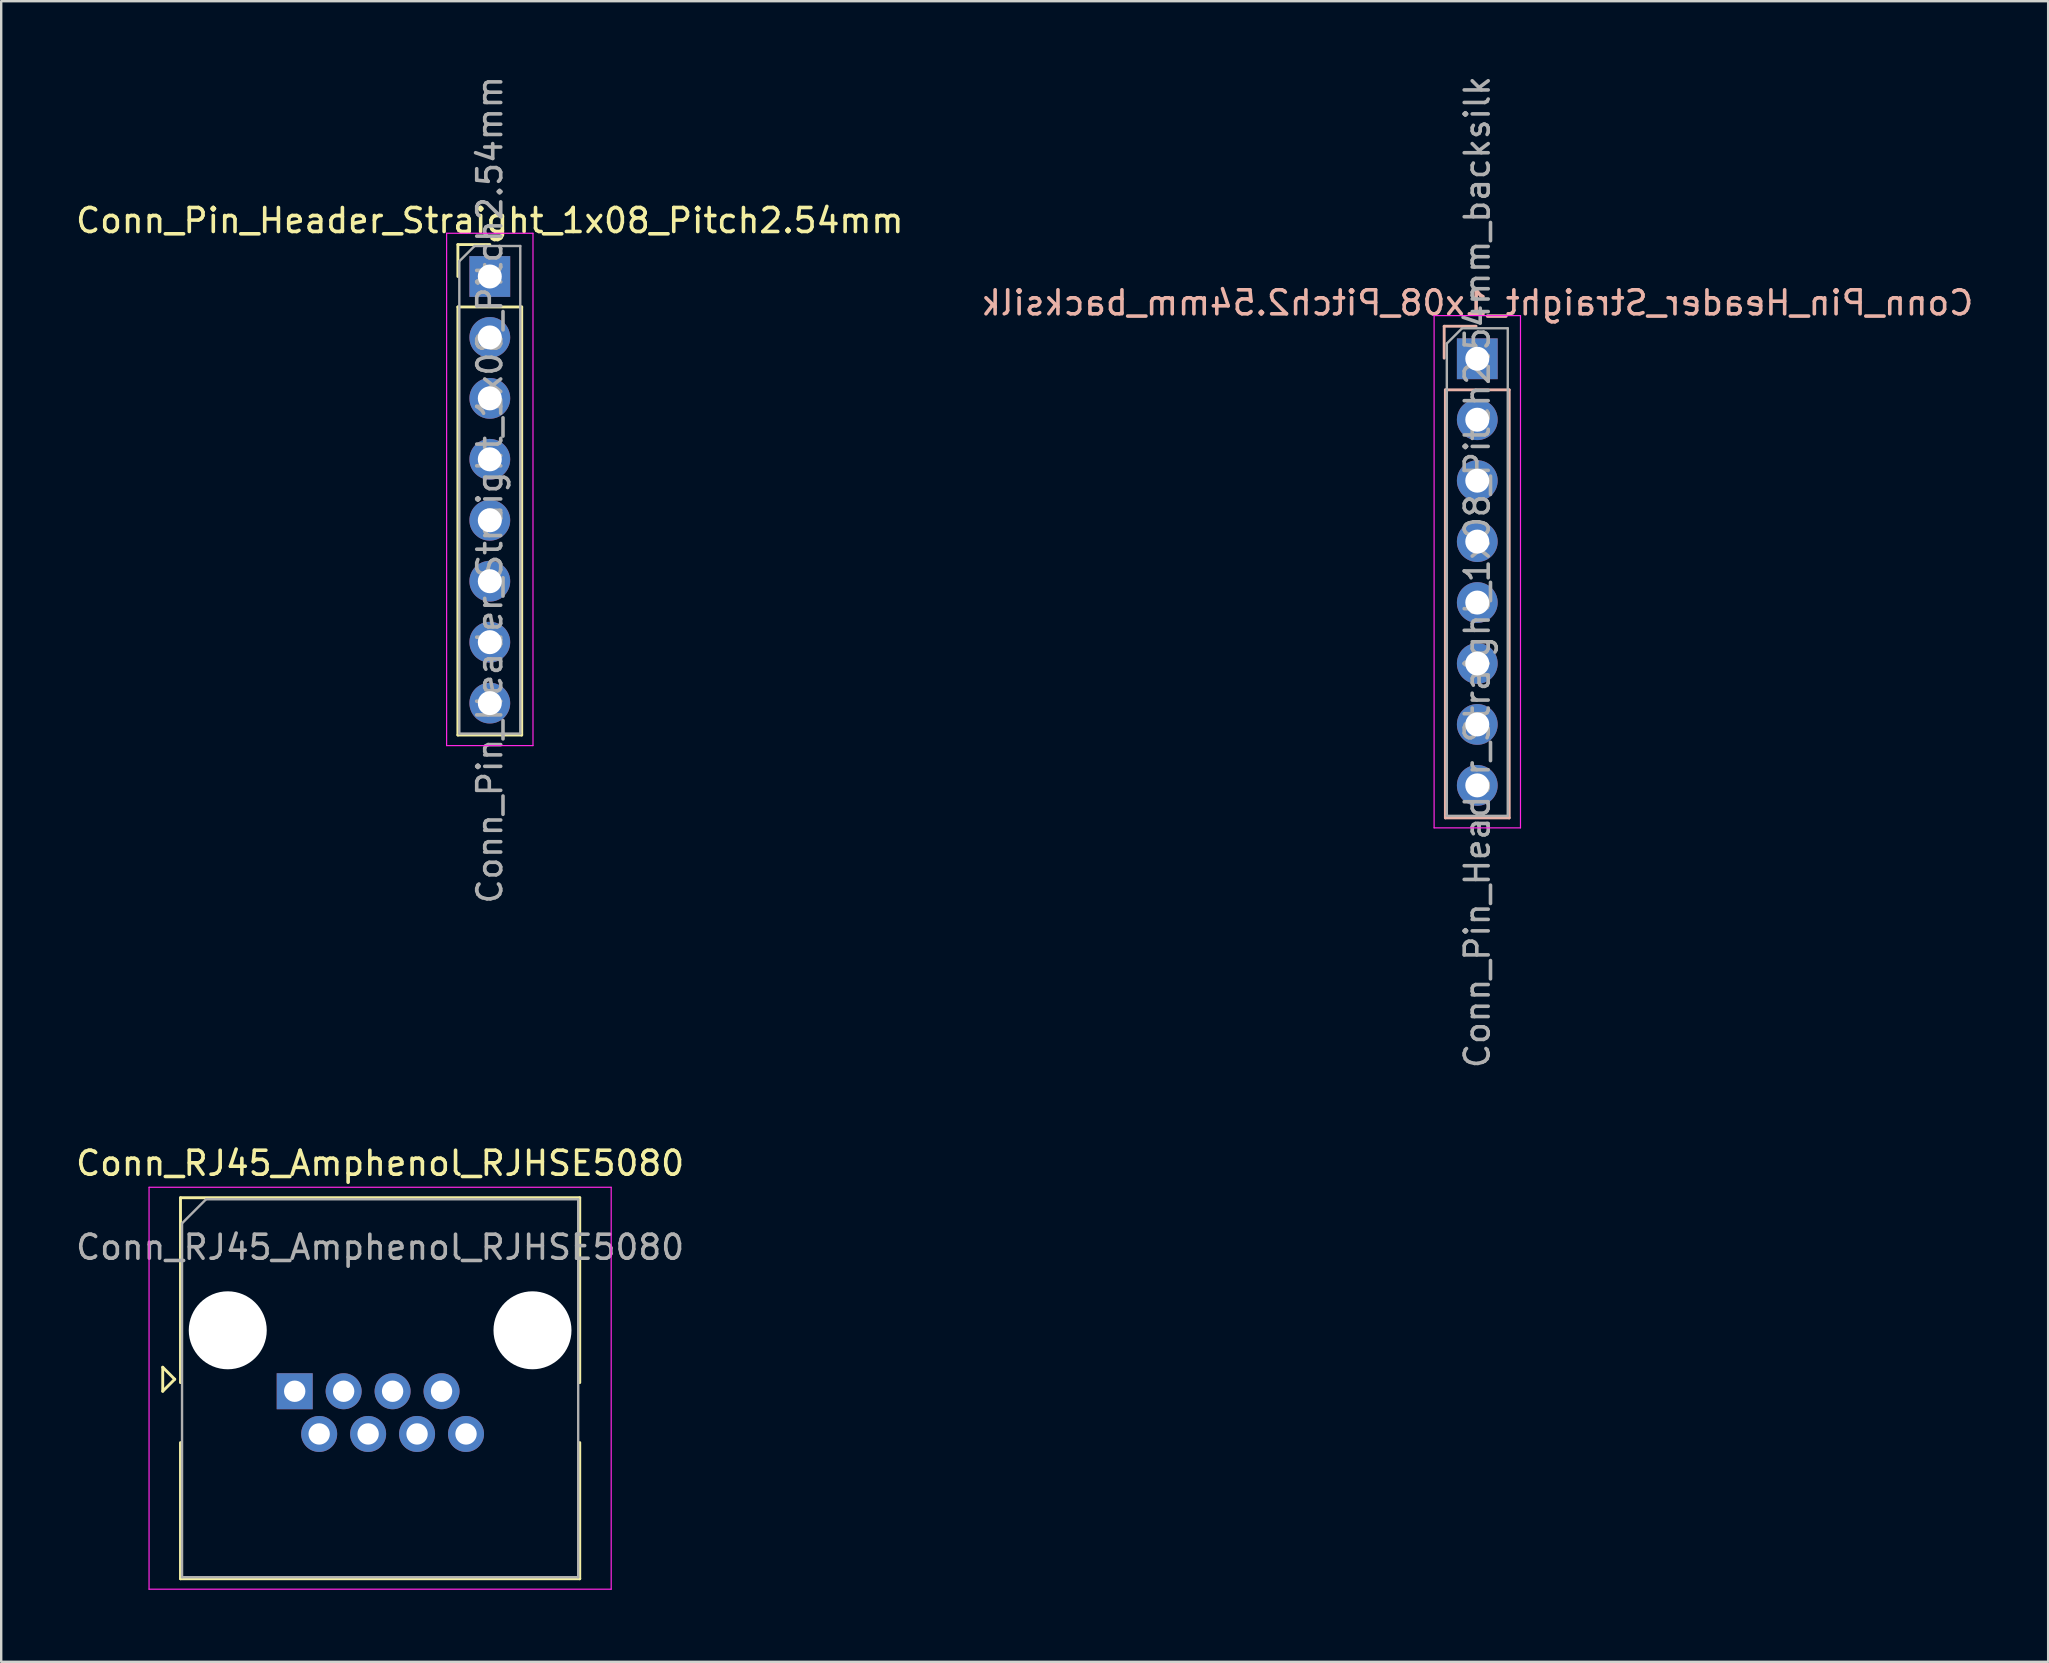
<source format=kicad_pcb>
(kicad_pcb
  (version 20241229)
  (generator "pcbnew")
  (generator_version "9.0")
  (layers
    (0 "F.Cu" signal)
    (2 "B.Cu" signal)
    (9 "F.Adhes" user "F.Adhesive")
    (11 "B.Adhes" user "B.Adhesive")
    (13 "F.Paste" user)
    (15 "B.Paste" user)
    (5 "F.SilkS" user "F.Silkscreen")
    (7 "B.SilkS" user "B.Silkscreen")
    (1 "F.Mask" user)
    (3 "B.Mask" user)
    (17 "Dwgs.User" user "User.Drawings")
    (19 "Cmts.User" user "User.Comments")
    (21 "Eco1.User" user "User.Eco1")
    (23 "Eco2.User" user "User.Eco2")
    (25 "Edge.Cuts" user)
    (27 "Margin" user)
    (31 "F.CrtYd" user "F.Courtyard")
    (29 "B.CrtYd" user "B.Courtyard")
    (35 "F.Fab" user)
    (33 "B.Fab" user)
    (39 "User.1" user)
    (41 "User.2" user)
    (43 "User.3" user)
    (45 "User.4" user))
  (footprint "Conn_Pin_Header_Straight_1x08_Pitch2.54mm_backsilk"
    (layer "F.Cu")
    (at 58.518 11.902)
    (property "Reference" "Conn_Pin_Header_Straight_1x08_Pitch2.54mm_backsilk" (at 0 -2.33 0) (layer "B.SilkS") (effects (font (size 1 1) (thickness 0.15)) (justify mirror)))
    (attr through_hole)
    (fp_line (start -1.38 -1.355) (end -1.38 -0.025) (stroke (width 0.12) (type solid)) (layer "B.SilkS"))
    (fp_line (start -1.33 1.295) (end -1.33 19.135) (stroke (width 0.12) (type solid)) (layer "B.SilkS"))
    (fp_line (start -0.05 -1.355) (end -1.38 -1.355) (stroke (width 0.12) (type solid)) (layer "B.SilkS"))
    (fp_line (start 1.33 1.295) (end -1.33 1.295) (stroke (width 0.12) (type solid)) (layer "B.SilkS"))
    (fp_line (start 1.33 1.295) (end 1.33 19.135) (stroke (width 0.12) (type solid)) (layer "B.SilkS"))
    (fp_line (start 1.33 19.135) (end -1.33 19.135) (stroke (width 0.12) (type solid)) (layer "B.SilkS"))
    (fp_line (start -1.8 -1.8) (end -1.8 19.55) (stroke (width 0.05) (type solid)) (layer "F.CrtYd"))
    (fp_line (start -1.8 19.55) (end 1.8 19.55) (stroke (width 0.05) (type solid)) (layer "F.CrtYd"))
    (fp_line (start 1.8 -1.8) (end -1.8 -1.8) (stroke (width 0.05) (type solid)) (layer "F.CrtYd"))
    (fp_line (start 1.8 19.55) (end 1.8 -1.8) (stroke (width 0.05) (type solid)) (layer "F.CrtYd"))
    (fp_line (start -1.27 -0.635) (end -0.635 -1.27) (stroke (width 0.1) (type solid)) (layer "F.Fab"))
    (fp_line (start -1.27 19.05) (end -1.27 -0.635) (stroke (width 0.1) (type solid)) (layer "F.Fab"))
    (fp_line (start -0.635 -1.27) (end 1.27 -1.27) (stroke (width 0.1) (type solid)) (layer "F.Fab"))
    (fp_line (start 1.27 -1.27) (end 1.27 19.05) (stroke (width 0.1) (type solid)) (layer "F.Fab"))
    (fp_line (start 1.27 19.05) (end -1.27 19.05) (stroke (width 0.1) (type solid)) (layer "F.Fab"))
    (fp_text user "${REFERENCE}" (at 0 8.89 90) (layer "F.Fab") (effects (font (size 1 1) (thickness 0.15))))
    (pad "1" thru_hole rect (at 0 0) (size 1.7 1.7) (drill 1) (layers "*.Cu" "*.Mask"))
    (pad "2" thru_hole oval (at 0 2.54) (size 1.7 1.7) (drill 1) (layers "*.Cu" "*.Mask"))
    (pad "3" thru_hole oval (at 0 5.08) (size 1.7 1.7) (drill 1) (layers "*.Cu" "*.Mask"))
    (pad "4" thru_hole oval (at 0 7.62) (size 1.7 1.7) (drill 1) (layers "*.Cu" "*.Mask"))
    (pad "5" thru_hole oval (at 0 10.16) (size 1.7 1.7) (drill 1) (layers "*.Cu" "*.Mask"))
    (pad "6" thru_hole oval (at 0 12.7) (size 1.7 1.7) (drill 1) (layers "*.Cu" "*.Mask"))
    (pad "7" thru_hole oval (at 0 15.24) (size 1.7 1.7) (drill 1) (layers "*.Cu" "*.Mask"))
    (pad "8" thru_hole oval (at 0 17.78) (size 1.7 1.7) (drill 1) (layers "*.Cu" "*.Mask")))
  (footprint "Conn_RJ45_Amphenol_RJHSE5080"
    (layer "F.Cu")
    (at 9.232 54.932)
    (property "Reference" "Conn_RJ45_Amphenol_RJHSE5080" (at 3.56 -9.5 0) (layer "F.SilkS") (effects (font (size 1 1) (thickness 0.15))))
    (attr through_hole)
    (fp_line (start -5.5 -1) (end -5 -0.5) (stroke (width 0.12) (type solid)) (layer "F.SilkS"))
    (fp_line (start -5.5 0) (end -5.5 -1) (stroke (width 0.12) (type solid)) (layer "F.SilkS"))
    (fp_line (start -5 -0.5) (end -5.5 0) (stroke (width 0.12) (type solid)) (layer "F.SilkS"))
    (fp_line (start -4.76 -8.065) (end -4.76 -0.36) (stroke (width 0.12) (type solid)) (layer "F.SilkS"))
    (fp_line (start -4.76 -8.065) (end 11.88 -8.065) (stroke (width 0.12) (type solid)) (layer "F.SilkS"))
    (fp_line (start -4.76 7.815) (end -4.76 2.14) (stroke (width 0.12) (type solid)) (layer "F.SilkS"))
    (fp_line (start -4.76 7.815) (end 11.88 7.815) (stroke (width 0.12) (type solid)) (layer "F.SilkS"))
    (fp_line (start 11.88 -8.065) (end 11.88 -0.36) (stroke (width 0.12) (type solid)) (layer "F.SilkS"))
    (fp_line (start 11.88 7.815) (end 11.88 2.14) (stroke (width 0.12) (type solid)) (layer "F.SilkS"))
    (fp_line (start -6.07 -8.5) (end -6.07 8.25) (stroke (width 0.05) (type solid)) (layer "F.CrtYd"))
    (fp_line (start -6.07 -8.5) (end 13.19 -8.5) (stroke (width 0.05) (type solid)) (layer "F.CrtYd"))
    (fp_line (start -6.07 8.25) (end 13.19 8.25) (stroke (width 0.05) (type solid)) (layer "F.CrtYd"))
    (fp_line (start 13.19 -8.5) (end 13.19 8.25) (stroke (width 0.05) (type solid)) (layer "F.CrtYd"))
    (fp_line (start -4.695 -7) (end -4.695 7.75) (stroke (width 0.1) (type solid)) (layer "F.Fab"))
    (fp_line (start -4.695 -7) (end -3.695 -8) (stroke (width 0.1) (type solid)) (layer "F.Fab"))
    (fp_line (start -4.695 7.75) (end 11.815 7.75) (stroke (width 0.1) (type solid)) (layer "F.Fab"))
    (fp_line (start -3.695 -8) (end 11.815 -8) (stroke (width 0.1) (type solid)) (layer "F.Fab"))
    (fp_line (start 11.815 -8) (end 11.815 7.75) (stroke (width 0.1) (type solid)) (layer "F.Fab"))
    (fp_text user "${REFERENCE}" (at 3.56 -6 0) (layer "F.Fab") (effects (font (size 1 1) (thickness 0.15))))
    (pad "" np_thru_hole circle (at -2.79 -2.54) (size 3.25 3.25) (drill 3.25) (layers "*.Cu" "*.Mask"))
    (pad "" np_thru_hole circle (at 9.91 -2.54) (size 3.25 3.25) (drill 3.25) (layers "*.Cu" "*.Mask"))
    (pad "1" thru_hole rect (at 0 0) (size 1.5 1.5) (drill 0.89) (layers "*.Cu" "*.Mask"))
    (pad "2" thru_hole circle (at 1.02 1.78) (size 1.5 1.5) (drill 0.89) (layers "*.Cu" "*.Mask"))
    (pad "3" thru_hole circle (at 2.04 0) (size 1.5 1.5) (drill 0.89) (layers "*.Cu" "*.Mask"))
    (pad "4" thru_hole circle (at 3.06 1.78) (size 1.5 1.5) (drill 0.89) (layers "*.Cu" "*.Mask"))
    (pad "5" thru_hole circle (at 4.08 0) (size 1.5 1.5) (drill 0.89) (layers "*.Cu" "*.Mask"))
    (pad "6" thru_hole circle (at 5.1 1.78) (size 1.5 1.5) (drill 0.89) (layers "*.Cu" "*.Mask"))
    (pad "7" thru_hole circle (at 6.12 0) (size 1.5 1.5) (drill 0.89) (layers "*.Cu" "*.Mask"))
    (pad "8" thru_hole circle (at 7.14 1.78) (size 1.5 1.5) (drill 0.89) (layers "*.Cu" "*.Mask")))
  (footprint "Conn_Pin_Header_Straight_1x08_Pitch2.54mm"
    (layer "F.Cu")
    (at 17.363 8.473)
    (property "Reference" "Conn_Pin_Header_Straight_1x08_Pitch2.54mm" (at 0 -2.33 0) (layer "F.SilkS") (effects (font (size 1 1) (thickness 0.15))))
    (attr through_hole)
    (fp_line (start -1.33 -1.33) (end 0 -1.33) (stroke (width 0.12) (type solid)) (layer "F.SilkS"))
    (fp_line (start -1.33 0) (end -1.33 -1.33) (stroke (width 0.12) (type solid)) (layer "F.SilkS"))
    (fp_line (start -1.33 1.27) (end -1.33 19.11) (stroke (width 0.12) (type solid)) (layer "F.SilkS"))
    (fp_line (start -1.33 1.27) (end 1.33 1.27) (stroke (width 0.12) (type solid)) (layer "F.SilkS"))
    (fp_line (start -1.33 19.11) (end 1.33 19.11) (stroke (width 0.12) (type solid)) (layer "F.SilkS"))
    (fp_line (start 1.33 1.27) (end 1.33 19.11) (stroke (width 0.12) (type solid)) (layer "F.SilkS"))
    (fp_line (start -1.8 -1.8) (end -1.8 19.55) (stroke (width 0.05) (type solid)) (layer "F.CrtYd"))
    (fp_line (start -1.8 19.55) (end 1.8 19.55) (stroke (width 0.05) (type solid)) (layer "F.CrtYd"))
    (fp_line (start 1.8 -1.8) (end -1.8 -1.8) (stroke (width 0.05) (type solid)) (layer "F.CrtYd"))
    (fp_line (start 1.8 19.55) (end 1.8 -1.8) (stroke (width 0.05) (type solid)) (layer "F.CrtYd"))
    (fp_line (start -1.27 -0.635) (end -0.635 -1.27) (stroke (width 0.1) (type solid)) (layer "F.Fab"))
    (fp_line (start -1.27 19.05) (end -1.27 -0.635) (stroke (width 0.1) (type solid)) (layer "F.Fab"))
    (fp_line (start -0.635 -1.27) (end 1.27 -1.27) (stroke (width 0.1) (type solid)) (layer "F.Fab"))
    (fp_line (start 1.27 -1.27) (end 1.27 19.05) (stroke (width 0.1) (type solid)) (layer "F.Fab"))
    (fp_line (start 1.27 19.05) (end -1.27 19.05) (stroke (width 0.1) (type solid)) (layer "F.Fab"))
    (fp_text user "${REFERENCE}" (at 0 8.89 90) (layer "F.Fab") (effects (font (size 1 1) (thickness 0.15))))
    (pad "1" thru_hole rect (at 0 0) (size 1.7 1.7) (drill 1) (layers "*.Cu" "*.Mask"))
    (pad "2" thru_hole oval (at 0 2.54) (size 1.7 1.7) (drill 1) (layers "*.Cu" "*.Mask"))
    (pad "3" thru_hole oval (at 0 5.08) (size 1.7 1.7) (drill 1) (layers "*.Cu" "*.Mask"))
    (pad "4" thru_hole oval (at 0 7.62) (size 1.7 1.7) (drill 1) (layers "*.Cu" "*.Mask"))
    (pad "5" thru_hole oval (at 0 10.16) (size 1.7 1.7) (drill 1) (layers "*.Cu" "*.Mask"))
    (pad "6" thru_hole oval (at 0 12.7) (size 1.7 1.7) (drill 1) (layers "*.Cu" "*.Mask"))
    (pad "7" thru_hole oval (at 0 15.24) (size 1.7 1.7) (drill 1) (layers "*.Cu" "*.Mask"))
    (pad "8" thru_hole oval (at 0 17.78) (size 1.7 1.7) (drill 1) (layers "*.Cu" "*.Mask")))
  (gr_rect
    (start -3 -3)
    (end 82.31 66.207)
    (stroke (width 0.1) (type default))
    (fill no)
    (layer "Edge.Cuts")))
</source>
